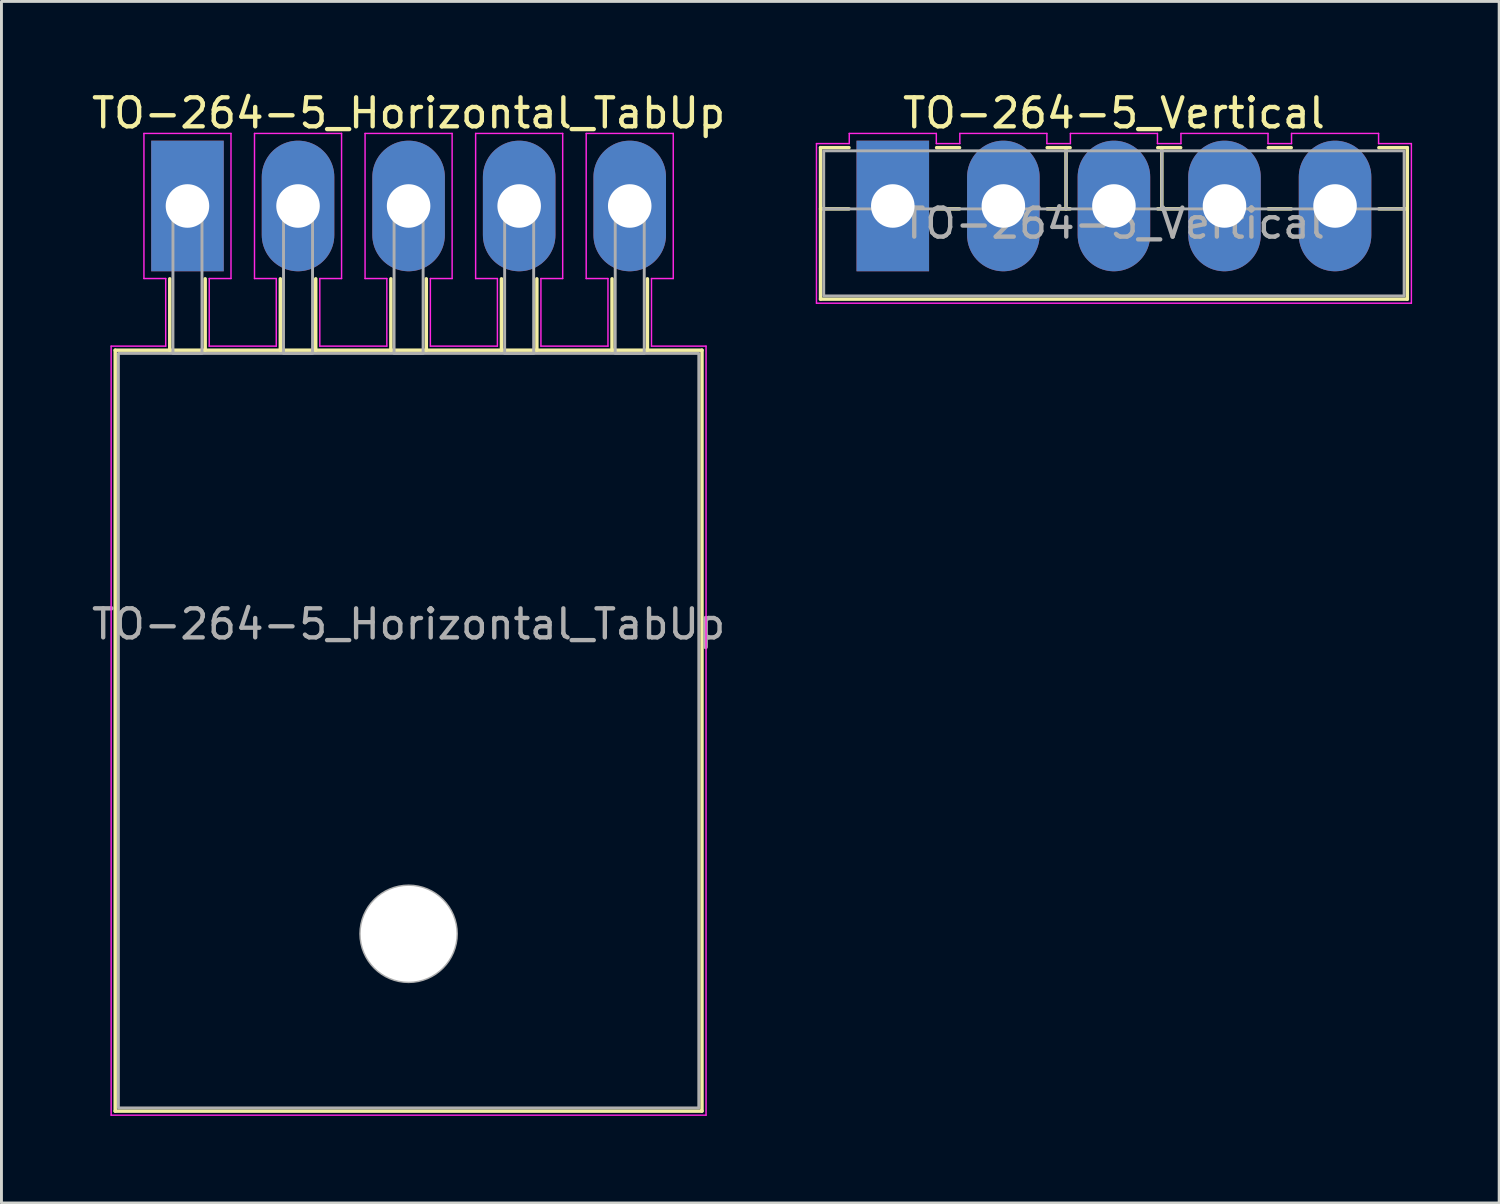
<source format=kicad_pcb>
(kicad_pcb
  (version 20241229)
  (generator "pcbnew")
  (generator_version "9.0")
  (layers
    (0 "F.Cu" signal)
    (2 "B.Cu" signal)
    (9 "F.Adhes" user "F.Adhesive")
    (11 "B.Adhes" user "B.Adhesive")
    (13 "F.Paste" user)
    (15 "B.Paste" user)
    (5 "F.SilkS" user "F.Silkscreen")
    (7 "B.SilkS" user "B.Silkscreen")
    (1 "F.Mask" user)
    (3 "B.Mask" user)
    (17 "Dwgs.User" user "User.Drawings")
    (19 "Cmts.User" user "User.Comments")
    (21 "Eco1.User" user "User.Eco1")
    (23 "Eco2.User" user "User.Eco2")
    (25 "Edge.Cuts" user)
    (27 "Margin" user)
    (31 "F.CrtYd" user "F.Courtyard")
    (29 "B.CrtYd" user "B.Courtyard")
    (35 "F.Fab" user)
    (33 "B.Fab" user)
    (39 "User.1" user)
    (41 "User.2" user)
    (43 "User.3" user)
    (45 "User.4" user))
  (footprint "TO-264-5_Horizontal_TabUp"
    (layer "F.Cu")
    (at 3.41 4.048)
    (property "Reference" "TO-264-5_Horizontal_TabUp" (at 7.62 -3.2 0) (layer "F.SilkS") (effects (font (size 1 1) (thickness 0.15))))
    (attr through_hole)
    (fp_line (start -2.49 4.97) (end -2.49 31.19) (stroke (width 0.12) (type solid)) (layer "F.SilkS"))
    (fp_line (start -2.49 4.97) (end 17.73 4.97) (stroke (width 0.12) (type solid)) (layer "F.SilkS"))
    (fp_line (start -2.49 31.19) (end 17.73 31.19) (stroke (width 0.12) (type solid)) (layer "F.SilkS"))
    (fp_line (start -0.61 4.97) (end -0.61 2.51) (stroke (width 0.12) (type solid)) (layer "F.SilkS"))
    (fp_line (start 0.61 4.97) (end 0.61 2.51) (stroke (width 0.12) (type solid)) (layer "F.SilkS"))
    (fp_line (start 3.2 4.97) (end 3.2 2.51) (stroke (width 0.12) (type solid)) (layer "F.SilkS"))
    (fp_line (start 4.42 4.97) (end 4.42 2.51) (stroke (width 0.12) (type solid)) (layer "F.SilkS"))
    (fp_line (start 7.01 4.97) (end 7.01 2.51) (stroke (width 0.12) (type solid)) (layer "F.SilkS"))
    (fp_line (start 8.23 4.97) (end 8.23 2.51) (stroke (width 0.12) (type solid)) (layer "F.SilkS"))
    (fp_line (start 10.82 4.97) (end 10.82 2.51) (stroke (width 0.12) (type solid)) (layer "F.SilkS"))
    (fp_line (start 12.04 4.97) (end 12.04 2.51) (stroke (width 0.12) (type solid)) (layer "F.SilkS"))
    (fp_line (start 14.63 4.97) (end 14.63 2.51) (stroke (width 0.12) (type solid)) (layer "F.SilkS"))
    (fp_line (start 15.85 4.97) (end 15.85 2.51) (stroke (width 0.12) (type solid)) (layer "F.SilkS"))
    (fp_line (start 17.73 4.97) (end 17.73 31.19) (stroke (width 0.12) (type solid)) (layer "F.SilkS"))
    (fp_line (start -2.63 4.83) (end -0.75 4.83) (stroke (width 0.05) (type solid)) (layer "F.CrtYd"))
    (fp_line (start -2.63 31.33) (end -2.63 4.83) (stroke (width 0.05) (type solid)) (layer "F.CrtYd"))
    (fp_line (start -1.5 -2.5) (end 1.5 -2.5) (stroke (width 0.05) (type solid)) (layer "F.CrtYd"))
    (fp_line (start -1.5 2.5) (end -1.5 -2.5) (stroke (width 0.05) (type solid)) (layer "F.CrtYd"))
    (fp_line (start -0.75 2.5) (end -1.5 2.5) (stroke (width 0.05) (type solid)) (layer "F.CrtYd"))
    (fp_line (start -0.75 4.83) (end -0.75 2.5) (stroke (width 0.05) (type solid)) (layer "F.CrtYd"))
    (fp_line (start 0.75 2.5) (end 0.75 4.83) (stroke (width 0.05) (type solid)) (layer "F.CrtYd"))
    (fp_line (start 0.75 4.83) (end 3.06 4.83) (stroke (width 0.05) (type solid)) (layer "F.CrtYd"))
    (fp_line (start 1.5 -2.5) (end 1.5 2.5) (stroke (width 0.05) (type solid)) (layer "F.CrtYd"))
    (fp_line (start 1.5 2.5) (end 0.75 2.5) (stroke (width 0.05) (type solid)) (layer "F.CrtYd"))
    (fp_line (start 2.31 -2.5) (end 5.31 -2.5) (stroke (width 0.05) (type solid)) (layer "F.CrtYd"))
    (fp_line (start 2.31 2.5) (end 2.31 -2.5) (stroke (width 0.05) (type solid)) (layer "F.CrtYd"))
    (fp_line (start 3.06 2.5) (end 2.31 2.5) (stroke (width 0.05) (type solid)) (layer "F.CrtYd"))
    (fp_line (start 3.06 4.83) (end 3.06 2.5) (stroke (width 0.05) (type solid)) (layer "F.CrtYd"))
    (fp_line (start 4.56 2.5) (end 4.56 4.83) (stroke (width 0.05) (type solid)) (layer "F.CrtYd"))
    (fp_line (start 4.56 4.83) (end 6.87 4.83) (stroke (width 0.05) (type solid)) (layer "F.CrtYd"))
    (fp_line (start 5.31 -2.5) (end 5.31 2.5) (stroke (width 0.05) (type solid)) (layer "F.CrtYd"))
    (fp_line (start 5.31 2.5) (end 4.56 2.5) (stroke (width 0.05) (type solid)) (layer "F.CrtYd"))
    (fp_line (start 6.12 -2.5) (end 9.12 -2.5) (stroke (width 0.05) (type solid)) (layer "F.CrtYd"))
    (fp_line (start 6.12 2.5) (end 6.12 -2.5) (stroke (width 0.05) (type solid)) (layer "F.CrtYd"))
    (fp_line (start 6.87 2.5) (end 6.12 2.5) (stroke (width 0.05) (type solid)) (layer "F.CrtYd"))
    (fp_line (start 6.87 4.83) (end 6.87 2.5) (stroke (width 0.05) (type solid)) (layer "F.CrtYd"))
    (fp_line (start 8.37 2.5) (end 8.37 4.83) (stroke (width 0.05) (type solid)) (layer "F.CrtYd"))
    (fp_line (start 8.37 4.83) (end 10.68 4.83) (stroke (width 0.05) (type solid)) (layer "F.CrtYd"))
    (fp_line (start 9.12 -2.5) (end 9.12 2.5) (stroke (width 0.05) (type solid)) (layer "F.CrtYd"))
    (fp_line (start 9.12 2.5) (end 8.37 2.5) (stroke (width 0.05) (type solid)) (layer "F.CrtYd"))
    (fp_line (start 9.93 -2.5) (end 12.93 -2.5) (stroke (width 0.05) (type solid)) (layer "F.CrtYd"))
    (fp_line (start 9.93 2.5) (end 9.93 -2.5) (stroke (width 0.05) (type solid)) (layer "F.CrtYd"))
    (fp_line (start 10.68 2.5) (end 9.93 2.5) (stroke (width 0.05) (type solid)) (layer "F.CrtYd"))
    (fp_line (start 10.68 4.83) (end 10.68 2.5) (stroke (width 0.05) (type solid)) (layer "F.CrtYd"))
    (fp_line (start 12.18 2.5) (end 12.18 4.83) (stroke (width 0.05) (type solid)) (layer "F.CrtYd"))
    (fp_line (start 12.18 4.83) (end 14.49 4.83) (stroke (width 0.05) (type solid)) (layer "F.CrtYd"))
    (fp_line (start 12.93 -2.5) (end 12.93 2.5) (stroke (width 0.05) (type solid)) (layer "F.CrtYd"))
    (fp_line (start 12.93 2.5) (end 12.18 2.5) (stroke (width 0.05) (type solid)) (layer "F.CrtYd"))
    (fp_line (start 13.74 -2.5) (end 16.74 -2.5) (stroke (width 0.05) (type solid)) (layer "F.CrtYd"))
    (fp_line (start 13.74 2.5) (end 13.74 -2.5) (stroke (width 0.05) (type solid)) (layer "F.CrtYd"))
    (fp_line (start 14.49 2.5) (end 13.74 2.5) (stroke (width 0.05) (type solid)) (layer "F.CrtYd"))
    (fp_line (start 14.49 4.83) (end 14.49 2.5) (stroke (width 0.05) (type solid)) (layer "F.CrtYd"))
    (fp_line (start 15.99 2.5) (end 15.99 4.83) (stroke (width 0.05) (type solid)) (layer "F.CrtYd"))
    (fp_line (start 15.99 4.83) (end 17.87 4.83) (stroke (width 0.05) (type solid)) (layer "F.CrtYd"))
    (fp_line (start 16.74 -2.5) (end 16.74 2.5) (stroke (width 0.05) (type solid)) (layer "F.CrtYd"))
    (fp_line (start 16.74 2.5) (end 15.99 2.5) (stroke (width 0.05) (type solid)) (layer "F.CrtYd"))
    (fp_line (start 17.87 4.83) (end 17.87 31.33) (stroke (width 0.05) (type solid)) (layer "F.CrtYd"))
    (fp_line (start 17.87 31.33) (end -2.63 31.33) (stroke (width 0.05) (type solid)) (layer "F.CrtYd"))
    (fp_rect (start -2.38 5.08) (end 17.62 31.08) (stroke (width 0.1) (type solid)) (fill no) (layer "F.Fab"))
    (fp_rect (start -0.5 5.08) (end 0.5 0) (stroke (width 0.1) (type solid)) (fill no) (layer "F.Fab"))
    (fp_rect (start 3.31 5.08) (end 4.31 0) (stroke (width 0.1) (type solid)) (fill no) (layer "F.Fab"))
    (fp_rect (start 7.12 5.08) (end 8.12 0) (stroke (width 0.1) (type solid)) (fill no) (layer "F.Fab"))
    (fp_rect (start 10.93 5.08) (end 11.93 0) (stroke (width 0.1) (type solid)) (fill no) (layer "F.Fab"))
    (fp_rect (start 14.74 5.08) (end 15.74 0) (stroke (width 0.1) (type solid)) (fill no) (layer "F.Fab"))
    (fp_circle (center 7.62 25.08) (end 9.27 25.08) (stroke (width 0.1) (type solid)) (fill no) (layer "F.Fab"))
    (fp_text user "${REFERENCE}" (at 7.62 14.41 0) (layer "F.Fab") (effects (font (size 1 1) (thickness 0.15))))
    (pad "" np_thru_hole circle (at 7.62 25.08) (size 3.3 3.3) (drill 3.3) (layers "*.Cu" "*.Mask"))
    (pad "1" thru_hole rect (at 0 0) (size 2.5 4.5) (drill 1.5) (layers "*.Cu" "*.Mask"))
    (pad "2" thru_hole oval (at 3.81 0) (size 2.5 4.5) (drill 1.5) (layers "*.Cu" "*.Mask"))
    (pad "3" thru_hole oval (at 7.62 0) (size 2.5 4.5) (drill 1.5) (layers "*.Cu" "*.Mask"))
    (pad "4" thru_hole oval (at 11.43 0) (size 2.5 4.5) (drill 1.5) (layers "*.Cu" "*.Mask"))
    (pad "5" thru_hole oval (at 15.24 0) (size 2.5 4.5) (drill 1.5) (layers "*.Cu" "*.Mask")))
  (footprint "TO-264-5_Vertical"
    (layer "F.Cu")
    (at 27.715 4.048)
    (property "Reference" "TO-264-5_Vertical" (at 7.62 -3.2 0) (layer "F.SilkS") (effects (font (size 1 1) (thickness 0.15))))
    (attr through_hole)
    (fp_line (start -2.49 -2.01) (end -2.49 3.21) (stroke (width 0.12) (type solid)) (layer "F.SilkS"))
    (fp_line (start -2.49 -2.01) (end -1.51 -2.01) (stroke (width 0.12) (type solid)) (layer "F.SilkS"))
    (fp_line (start -2.49 0.1) (end -1.51 0.1) (stroke (width 0.12) (type solid)) (layer "F.SilkS"))
    (fp_line (start -2.49 3.21) (end 17.73 3.21) (stroke (width 0.12) (type solid)) (layer "F.SilkS"))
    (fp_line (start 1.51 -2.01) (end 2.3 -2.01) (stroke (width 0.12) (type solid)) (layer "F.SilkS"))
    (fp_line (start 1.51 0.1) (end 2.3 0.1) (stroke (width 0.12) (type solid)) (layer "F.SilkS"))
    (fp_line (start 5.32 -2.01) (end 6.11 -2.01) (stroke (width 0.12) (type solid)) (layer "F.SilkS"))
    (fp_line (start 5.32 0.1) (end 6.11 0.1) (stroke (width 0.12) (type solid)) (layer "F.SilkS"))
    (fp_line (start 5.97 -2.01) (end 5.97 0.1) (stroke (width 0.12) (type solid)) (layer "F.SilkS"))
    (fp_line (start 9.13 -2.01) (end 9.92 -2.01) (stroke (width 0.12) (type solid)) (layer "F.SilkS"))
    (fp_line (start 9.13 0.1) (end 9.92 0.1) (stroke (width 0.12) (type solid)) (layer "F.SilkS"))
    (fp_line (start 9.27 -2.01) (end 9.27 0.1) (stroke (width 0.12) (type solid)) (layer "F.SilkS"))
    (fp_line (start 12.94 -2.01) (end 13.73 -2.01) (stroke (width 0.12) (type solid)) (layer "F.SilkS"))
    (fp_line (start 12.94 0.1) (end 13.73 0.1) (stroke (width 0.12) (type solid)) (layer "F.SilkS"))
    (fp_line (start 16.75 -2.01) (end 17.73 -2.01) (stroke (width 0.12) (type solid)) (layer "F.SilkS"))
    (fp_line (start 16.75 0.1) (end 17.73 0.1) (stroke (width 0.12) (type solid)) (layer "F.SilkS"))
    (fp_line (start 17.73 -2.01) (end 17.73 3.21) (stroke (width 0.12) (type solid)) (layer "F.SilkS"))
    (fp_line (start -2.63 -2.15) (end -1.5 -2.15) (stroke (width 0.05) (type solid)) (layer "F.CrtYd"))
    (fp_line (start -2.63 3.35) (end -2.63 -2.15) (stroke (width 0.05) (type solid)) (layer "F.CrtYd"))
    (fp_line (start -1.5 -2.5) (end 1.5 -2.5) (stroke (width 0.05) (type solid)) (layer "F.CrtYd"))
    (fp_line (start -1.5 -2.15) (end -1.5 -2.5) (stroke (width 0.05) (type solid)) (layer "F.CrtYd"))
    (fp_line (start 1.5 -2.5) (end 1.5 -2.15) (stroke (width 0.05) (type solid)) (layer "F.CrtYd"))
    (fp_line (start 1.5 -2.15) (end 2.31 -2.15) (stroke (width 0.05) (type solid)) (layer "F.CrtYd"))
    (fp_line (start 2.31 -2.5) (end 5.31 -2.5) (stroke (width 0.05) (type solid)) (layer "F.CrtYd"))
    (fp_line (start 2.31 -2.15) (end 2.31 -2.5) (stroke (width 0.05) (type solid)) (layer "F.CrtYd"))
    (fp_line (start 5.31 -2.5) (end 5.31 -2.15) (stroke (width 0.05) (type solid)) (layer "F.CrtYd"))
    (fp_line (start 5.31 -2.15) (end 6.12 -2.15) (stroke (width 0.05) (type solid)) (layer "F.CrtYd"))
    (fp_line (start 6.12 -2.5) (end 9.12 -2.5) (stroke (width 0.05) (type solid)) (layer "F.CrtYd"))
    (fp_line (start 6.12 -2.15) (end 6.12 -2.5) (stroke (width 0.05) (type solid)) (layer "F.CrtYd"))
    (fp_line (start 9.12 -2.5) (end 9.12 -2.15) (stroke (width 0.05) (type solid)) (layer "F.CrtYd"))
    (fp_line (start 9.12 -2.15) (end 9.93 -2.15) (stroke (width 0.05) (type solid)) (layer "F.CrtYd"))
    (fp_line (start 9.93 -2.5) (end 12.93 -2.5) (stroke (width 0.05) (type solid)) (layer "F.CrtYd"))
    (fp_line (start 9.93 -2.15) (end 9.93 -2.5) (stroke (width 0.05) (type solid)) (layer "F.CrtYd"))
    (fp_line (start 12.93 -2.5) (end 12.93 -2.15) (stroke (width 0.05) (type solid)) (layer "F.CrtYd"))
    (fp_line (start 12.93 -2.15) (end 13.74 -2.15) (stroke (width 0.05) (type solid)) (layer "F.CrtYd"))
    (fp_line (start 13.74 -2.5) (end 16.74 -2.5) (stroke (width 0.05) (type solid)) (layer "F.CrtYd"))
    (fp_line (start 13.74 -2.15) (end 13.74 -2.5) (stroke (width 0.05) (type solid)) (layer "F.CrtYd"))
    (fp_line (start 16.74 -2.5) (end 16.74 -2.15) (stroke (width 0.05) (type solid)) (layer "F.CrtYd"))
    (fp_line (start 16.74 -2.15) (end 17.87 -2.15) (stroke (width 0.05) (type solid)) (layer "F.CrtYd"))
    (fp_line (start 17.87 -2.15) (end 17.87 3.35) (stroke (width 0.05) (type solid)) (layer "F.CrtYd"))
    (fp_line (start 17.87 3.35) (end -2.63 3.35) (stroke (width 0.05) (type solid)) (layer "F.CrtYd"))
    (fp_line (start -2.38 0.1) (end 17.62 0.1) (stroke (width 0.1) (type solid)) (layer "F.Fab"))
    (fp_line (start 5.97 -1.9) (end 5.97 0.1) (stroke (width 0.1) (type solid)) (layer "F.Fab"))
    (fp_line (start 9.27 -1.9) (end 9.27 0.1) (stroke (width 0.1) (type solid)) (layer "F.Fab"))
    (fp_rect (start -2.38 -1.9) (end 17.62 3.1) (stroke (width 0.1) (type solid)) (fill no) (layer "F.Fab"))
    (fp_text user "${REFERENCE}" (at 7.62 0.6 0) (layer "F.Fab") (effects (font (size 1 1) (thickness 0.15))))
    (pad "1" thru_hole rect (at 0 0) (size 2.5 4.5) (drill 1.5) (layers "*.Cu" "*.Mask"))
    (pad "2" thru_hole oval (at 3.81 0) (size 2.5 4.5) (drill 1.5) (layers "*.Cu" "*.Mask"))
    (pad "3" thru_hole oval (at 7.62 0) (size 2.5 4.5) (drill 1.5) (layers "*.Cu" "*.Mask"))
    (pad "4" thru_hole oval (at 11.43 0) (size 2.5 4.5) (drill 1.5) (layers "*.Cu" "*.Mask"))
    (pad "5" thru_hole oval (at 15.24 0) (size 2.5 4.5) (drill 1.5) (layers "*.Cu" "*.Mask")))
  (gr_rect
    (start -3 -3)
    (end 48.61 38.403)
    (stroke (width 0.1) (type default))
    (fill no)
    (layer "Edge.Cuts")))
</source>
